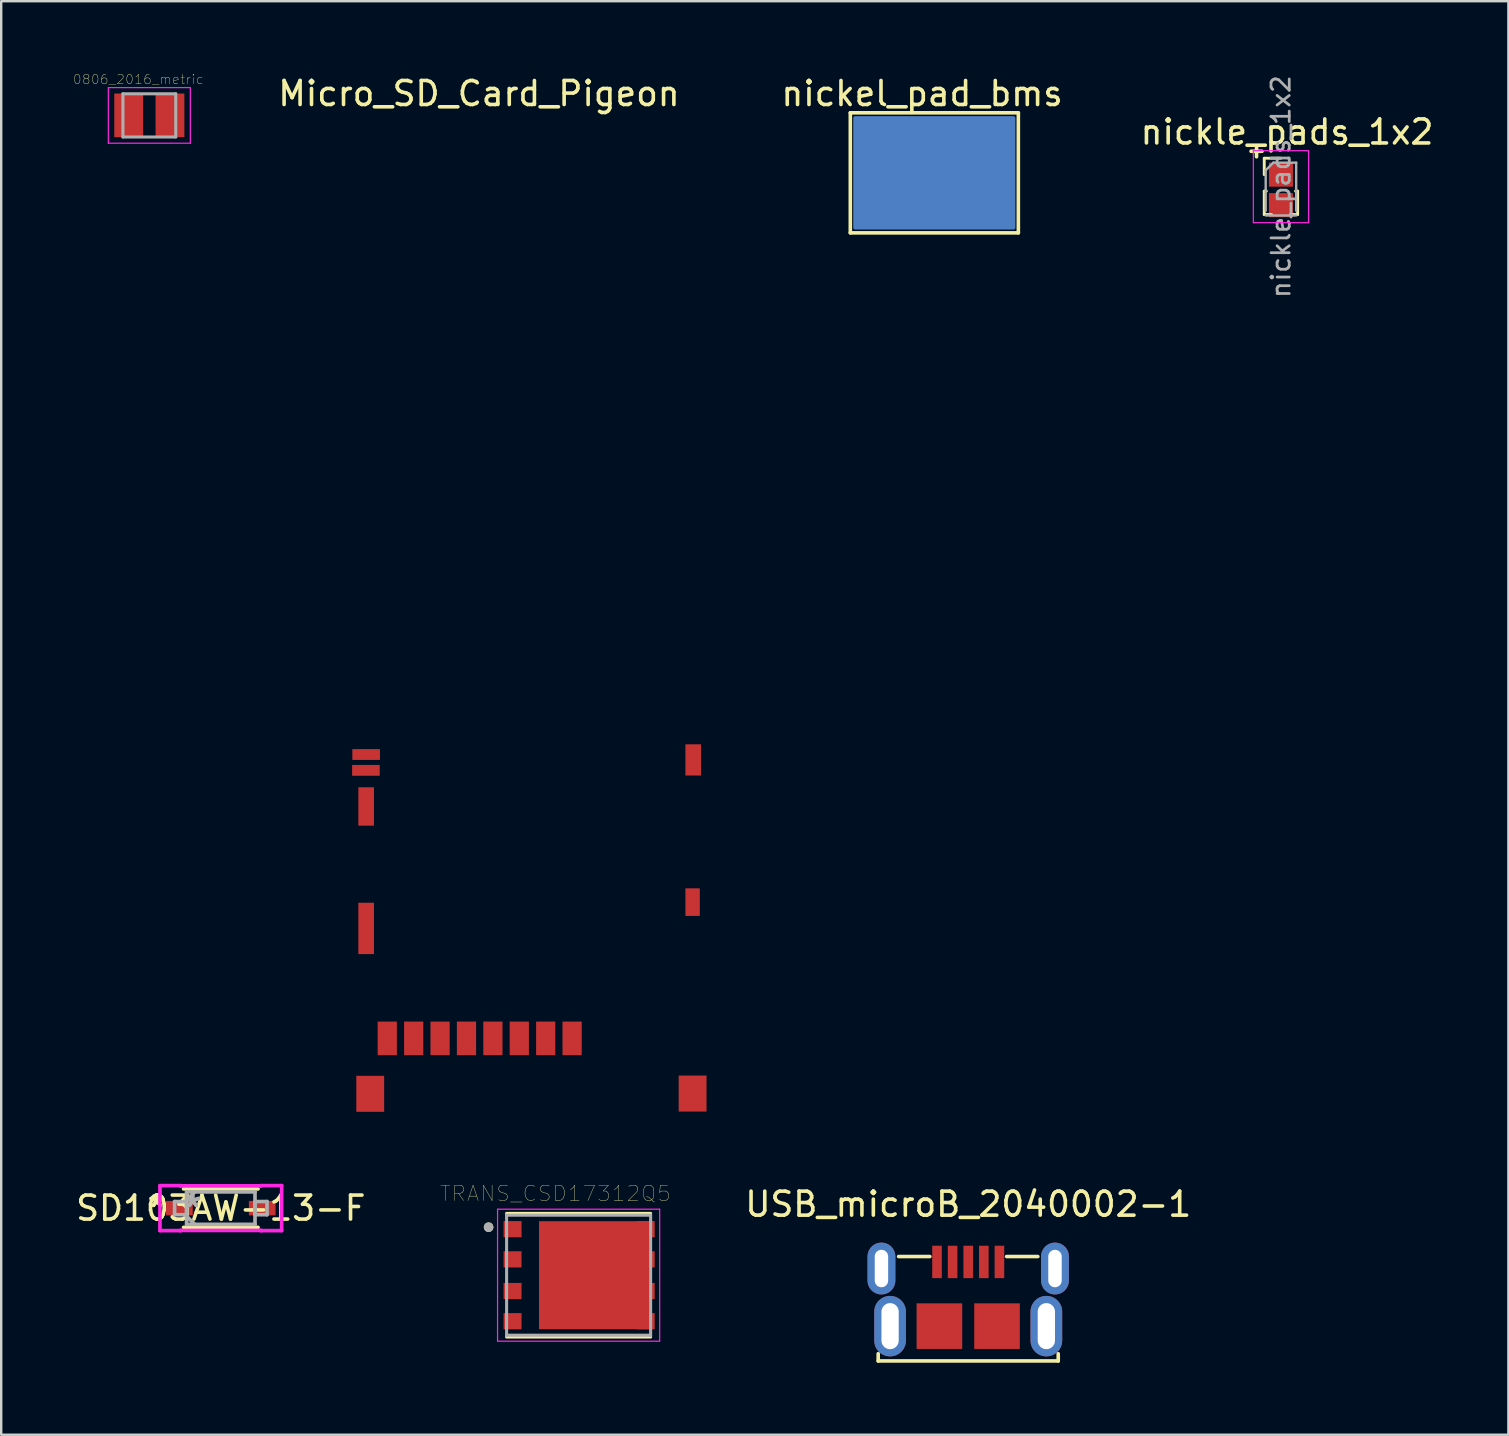
<source format=kicad_pcb>
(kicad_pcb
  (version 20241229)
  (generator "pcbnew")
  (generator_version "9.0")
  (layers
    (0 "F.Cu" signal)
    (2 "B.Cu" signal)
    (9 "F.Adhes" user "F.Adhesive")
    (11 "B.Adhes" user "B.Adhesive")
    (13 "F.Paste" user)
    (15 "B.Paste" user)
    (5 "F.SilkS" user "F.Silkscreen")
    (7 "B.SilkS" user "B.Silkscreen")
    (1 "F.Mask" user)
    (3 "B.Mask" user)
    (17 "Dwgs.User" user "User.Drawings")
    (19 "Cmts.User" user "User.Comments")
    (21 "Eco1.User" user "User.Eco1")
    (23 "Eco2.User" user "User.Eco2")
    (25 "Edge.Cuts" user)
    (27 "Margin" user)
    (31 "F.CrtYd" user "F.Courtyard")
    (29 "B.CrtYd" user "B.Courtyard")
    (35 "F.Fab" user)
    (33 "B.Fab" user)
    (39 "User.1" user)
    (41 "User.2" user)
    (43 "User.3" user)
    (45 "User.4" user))
  (footprint "USB_microB_2040002-1"
    (layer "F.Cu")
    (at 37.286 52.197)
    (property "Reference" "USB_microB_2040002-1" (at 0 -5.08 0) (layer "F.SilkS") (effects (font (size 1 1) (thickness 0.15))))
    (attr smd)
    (fp_line (start -3.75 1.45) (end -3.75 1.15) (stroke (width 0.15) (type solid)) (layer "F.SilkS"))
    (fp_line (start -2.9 -2.9) (end -1.6 -2.9) (stroke (width 0.15) (type solid)) (layer "F.SilkS"))
    (fp_line (start 1.6 -2.9) (end 2.9 -2.9) (stroke (width 0.15) (type solid)) (layer "F.SilkS"))
    (fp_line (start 3.75 1.45) (end -3.75 1.45) (stroke (width 0.15) (type solid)) (layer "F.SilkS"))
    (fp_line (start 3.75 1.45) (end 3.75 1.15) (stroke (width 0.15) (type solid)) (layer "F.SilkS"))
    (pad "1" smd rect (at -1.3 -2.675) (size 0.4 1.35) (layers "F.Cu" "F.Mask" "F.Paste"))
    (pad "2" smd rect (at -0.65 -2.675) (size 0.4 1.35) (layers "F.Cu" "F.Mask" "F.Paste"))
    (pad "3" smd rect (at 0 -2.675) (size 0.4 1.35) (layers "F.Cu" "F.Mask" "F.Paste"))
    (pad "4" smd rect (at 0.65 -2.675) (size 0.4 1.35) (layers "F.Cu" "F.Mask" "F.Paste"))
    (pad "5" smd rect (at 1.3 -2.675) (size 0.4 1.35) (layers "F.Cu" "F.Mask" "F.Paste"))
    (pad "6" thru_hole oval (at 3.615 -2.4) (size 1.16 2.16) (drill oval 0.56 1.56) (layers "*.Cu" "*.Mask"))
    (pad "7" thru_hole oval (at 3.255 0) (size 1.32 2.52) (drill oval 0.72 1.92) (layers "*.Cu" "*.Mask"))
    (pad "8" smd rect (at 1.2 0) (size 1.9 1.9) (layers "F.Cu" "F.Mask" "F.Paste"))
    (pad "9" smd rect (at -1.2 0) (size 1.9 1.9) (layers "F.Cu" "F.Mask" "F.Paste"))
    (pad "10" thru_hole oval (at -3.255 0) (size 1.32 2.52) (drill oval 0.72 1.92) (layers "*.Cu" "*.Mask"))
    (pad "11" thru_hole oval (at -3.615 -2.4) (size 1.16 2.16) (drill oval 0.56 1.56) (layers "*.Cu" "*.Mask")))
  (footprint "SD103AW-13-F"
    (layer "F.Cu")
    (at 6.149 47.281)
    (property "Reference" "SD103AW-13-F" (at 0 0 0) (layer "F.SilkS") (effects (font (size 1 1) (thickness 0.15))))
    (attr through_hole)
    (fp_line (start -1.552 0.802) (end 1.552 0.802) (stroke (width 0.152) (type solid)) (layer "F.SilkS"))
    (fp_line (start 1.552 -0.802) (end -1.552 -0.802) (stroke (width 0.152) (type solid)) (layer "F.SilkS"))
    (fp_line (start -2.535 -0.937) (end -1.679 -0.937) (stroke (width 0.152) (type solid)) (layer "F.CrtYd"))
    (fp_line (start -2.535 0.937) (end -2.535 -0.937) (stroke (width 0.152) (type solid)) (layer "F.CrtYd"))
    (fp_line (start -1.679 -0.937) (end -1.679 -0.929) (stroke (width 0.152) (type solid)) (layer "F.CrtYd"))
    (fp_line (start -1.679 -0.929) (end 1.679 -0.929) (stroke (width 0.152) (type solid)) (layer "F.CrtYd"))
    (fp_line (start -1.679 0.929) (end -1.679 0.937) (stroke (width 0.152) (type solid)) (layer "F.CrtYd"))
    (fp_line (start -1.679 0.937) (end -2.535 0.937) (stroke (width 0.152) (type solid)) (layer "F.CrtYd"))
    (fp_line (start 1.679 -0.937) (end 2.535 -0.937) (stroke (width 0.152) (type solid)) (layer "F.CrtYd"))
    (fp_line (start 1.679 -0.929) (end 1.679 -0.937) (stroke (width 0.152) (type solid)) (layer "F.CrtYd"))
    (fp_line (start 1.679 0.929) (end -1.679 0.929) (stroke (width 0.152) (type solid)) (layer "F.CrtYd"))
    (fp_line (start 1.679 0.937) (end 1.679 0.929) (stroke (width 0.152) (type solid)) (layer "F.CrtYd"))
    (fp_line (start 2.535 -0.937) (end 2.535 0.937) (stroke (width 0.152) (type solid)) (layer "F.CrtYd"))
    (fp_line (start 2.535 0.937) (end 1.679 0.937) (stroke (width 0.152) (type solid)) (layer "F.CrtYd"))
    (fp_line (start -1.925 -0.275) (end -1.925 0.275) (stroke (width 0.152) (type solid)) (layer "F.Fab"))
    (fp_line (start -1.925 0.275) (end -1.425 0.275) (stroke (width 0.152) (type solid)) (layer "F.Fab"))
    (fp_line (start -1.425 -0.675) (end -1.425 0.675) (stroke (width 0.152) (type solid)) (layer "F.Fab"))
    (fp_line (start -1.425 -0.338) (end -1.087 -0.675) (stroke (width 0.152) (type solid)) (layer "F.Fab"))
    (fp_line (start -1.425 -0.275) (end -1.925 -0.275) (stroke (width 0.152) (type solid)) (layer "F.Fab"))
    (fp_line (start -1.425 0.275) (end -1.425 -0.275) (stroke (width 0.152) (type solid)) (layer "F.Fab"))
    (fp_line (start -1.425 0.338) (end -1.087 0.675) (stroke (width 0.152) (type solid)) (layer "F.Fab"))
    (fp_line (start -1.425 0.675) (end 1.425 0.675) (stroke (width 0.152) (type solid)) (layer "F.Fab"))
    (fp_line (start 1.425 -0.675) (end -1.425 -0.675) (stroke (width 0.152) (type solid)) (layer "F.Fab"))
    (fp_line (start 1.425 -0.275) (end 1.425 0.275) (stroke (width 0.152) (type solid)) (layer "F.Fab"))
    (fp_line (start 1.425 0.275) (end 1.925 0.275) (stroke (width 0.152) (type solid)) (layer "F.Fab"))
    (fp_line (start 1.425 0.675) (end 1.425 -0.675) (stroke (width 0.152) (type solid)) (layer "F.Fab"))
    (fp_line (start 1.925 -0.275) (end 1.425 -0.275) (stroke (width 0.152) (type solid)) (layer "F.Fab"))
    (fp_line (start 1.925 0.275) (end 1.925 -0.275) (stroke (width 0.152) (type solid)) (layer "F.Fab"))
    (fp_text user "*" (at -2.662 0 0) (layer "F.SilkS") (effects (font (size 1 1) (thickness 0.15))))
    (fp_text user "*" (at -2.662 0 0) (layer "F.SilkS") (effects (font (size 1 1) (thickness 0.15))))
    (fp_text user "Copyright 2016 Accelerated Designs. All rights reserved." (at 0 0 0) (layer "Cmts.User") (effects (font (size 0.127 0.127) (thickness 0.002))))
    (fp_text user "*" (at -1.171 0 0) (layer "F.Fab") (effects (font (size 1 1) (thickness 0.15))))
    (fp_text user "*" (at -1.171 0 0) (layer "F.Fab") (effects (font (size 1 1) (thickness 0.15))))
    (pad "1" smd rect (at -1.725 0) (size 1.111 0.601) (layers "F.Cu" "F.Mask" "F.Paste"))
    (pad "2" smd rect (at 1.725 0) (size 1.111 0.601) (layers "F.Cu" "F.Mask" "F.Paste")))
  (footprint "nickle_pads_1x2"
    (layer "F.Cu")
    (at 50.314 4.227)
    (property "Reference" "nickle_pads_1x2" (at 0.254 -1.778 0) (layer "F.SilkS") (effects (font (size 1 1) (thickness 0.15))))
    (attr through_hole)
    (fp_line (start -0.695 -0.685) (end 0 -0.685) (stroke (width 0.12) (type solid)) (layer "F.SilkS"))
    (fp_line (start -0.695 0) (end -0.695 -0.685) (stroke (width 0.12) (type solid)) (layer "F.SilkS"))
    (fp_line (start -0.695 0.685) (end -0.695 1.66) (stroke (width 0.12) (type solid)) (layer "F.SilkS"))
    (fp_line (start -0.695 0.685) (end -0.608 0.685) (stroke (width 0.12) (type solid)) (layer "F.SilkS"))
    (fp_line (start -0.695 1.66) (end -0.394 1.66) (stroke (width 0.12) (type solid)) (layer "F.SilkS"))
    (fp_line (start 0.394 1.66) (end 0.695 1.66) (stroke (width 0.12) (type solid)) (layer "F.SilkS"))
    (fp_line (start 0.608 0.685) (end 0.695 0.685) (stroke (width 0.12) (type solid)) (layer "F.SilkS"))
    (fp_line (start 0.695 0.685) (end 0.695 1.66) (stroke (width 0.12) (type solid)) (layer "F.SilkS"))
    (fp_line (start -1.15 -1) (end -1.15 2) (stroke (width 0.05) (type solid)) (layer "F.CrtYd"))
    (fp_line (start -1.15 2) (end 1.15 2) (stroke (width 0.05) (type solid)) (layer "F.CrtYd"))
    (fp_line (start 1.15 -1) (end -1.15 -1) (stroke (width 0.05) (type solid)) (layer "F.CrtYd"))
    (fp_line (start 1.15 2) (end 1.15 -1) (stroke (width 0.05) (type solid)) (layer "F.CrtYd"))
    (fp_line (start -0.635 -0.182) (end -0.318 -0.5) (stroke (width 0.1) (type solid)) (layer "F.Fab"))
    (fp_line (start -0.635 1.5) (end -0.635 -0.182) (stroke (width 0.1) (type solid)) (layer "F.Fab"))
    (fp_line (start -0.318 -0.5) (end 0.635 -0.5) (stroke (width 0.1) (type solid)) (layer "F.Fab"))
    (fp_line (start 0.635 -0.5) (end 0.635 1.5) (stroke (width 0.1) (type solid)) (layer "F.Fab"))
    (fp_line (start 0.635 1.7) (end -0.635 1.7) (stroke (width 0.1) (type solid)) (layer "F.Fab"))
    (fp_text user "+" (at -1.016 -1.016 0) (layer "F.SilkS") (effects (font (size 0.6 0.6) (thickness 0.15))))
    (fp_text user "${REFERENCE}" (at 0 0.5 90) (layer "F.Fab") (effects (font (size 0.76 0.76) (thickness 0.114))))
    (pad "1" smd rect (at 0 0) (size 1 1) (layers "F.Cu" "F.Mask" "F.Paste"))
    (pad "2" smd rect (at 0 1.27) (size 1 1) (layers "F.Cu" "F.Mask" "F.Paste")))
  (footprint "Micro_SD_Card_Pigeon"
    (layer "F.Cu")
    (at 16.944 39.508)
    (property "Reference" "Micro_SD_Card_Pigeon" (at -0.04 -38.66 0) (layer "F.SilkS") (effects (font (size 1 1) (thickness 0.15))))
    (attr through_hole)
    (pad "1" connect rect (at 3.84 0.7) (size 0.8 1.4) (layers "F.Cu" "F.Mask"))
    (pad "2" connect rect (at 2.74 0.7) (size 0.8 1.4) (layers "F.Cu" "F.Mask"))
    (pad "3" connect rect (at 1.64 0.7) (size 0.8 1.4) (layers "F.Cu" "F.Mask"))
    (pad "4" connect rect (at 0.54 0.7) (size 0.8 1.4) (layers "F.Cu" "F.Mask"))
    (pad "5" connect rect (at -0.56 0.7) (size 0.8 1.4) (layers "F.Cu" "F.Mask"))
    (pad "6" connect rect (at -1.66 0.7) (size 0.8 1.4) (layers "F.Cu" "F.Mask"))
    (pad "7" connect rect (at -2.76 0.7) (size 0.8 1.4) (layers "F.Cu" "F.Mask"))
    (pad "8" connect rect (at -3.86 0.7) (size 0.8 1.4) (layers "F.Cu" "F.Mask"))
    (pad "9" connect rect (at -4.74 -11.125) (size 1.15 0.45) (layers "F.Cu" "F.Mask"))
    (pad "10" connect rect (at -4.75 -10.465) (size 1.15 0.45) (layers "F.Cu" "F.Mask"))
    (pad "11" connect rect (at -4.57 3.01) (size 1.16 1.5) (layers "F.Cu" "F.Mask"))
    (pad "12" connect rect (at -4.74 -3.88) (size 0.65 2.14) (layers "F.Cu" "F.Mask"))
    (pad "13" connect rect (at -4.74 -8.96) (size 0.65 1.6) (layers "F.Cu" "F.Mask"))
    (pad "14" connect rect (at 8.885 -10.9) (size 0.65 1.3) (layers "F.Cu" "F.Mask"))
    (pad "15" connect rect (at 8.86 -4.975) (size 0.6 1.15) (layers "F.Cu" "F.Mask"))
    (pad "16" connect rect (at 8.86 3) (size 1.16 1.5) (layers "F.Cu" "F.Mask")))
  (footprint "nickel_pad_bms"
    (layer "F.Cu")
    (at 35.874 4.15)
    (property "Reference" "nickel_pad_bms" (at -0.508 -3.302 0) (layer "F.SilkS") (effects (font (size 1 1) (thickness 0.15))))
    (attr through_hole)
    (fp_poly (pts (xy -3.302 -2.286) (xy 3.302 -2.286) (xy 3.302 2.286) (xy -3.302 2.286)) (stroke (width 0.15) (type solid)) (fill yes) (layer "B.Cu"))
    (fp_line (start -3.5 -2.5) (end 3.5 -2.5) (stroke (width 0.15) (type solid)) (layer "F.SilkS"))
    (fp_line (start -3.5 2.5) (end -3.5 -2.5) (stroke (width 0.15) (type solid)) (layer "F.SilkS"))
    (fp_line (start -3.5 2.5) (end 3.5 2.5) (stroke (width 0.15) (type solid)) (layer "F.SilkS"))
    (fp_line (start 3.5 -2.5) (end 3.5 2.5) (stroke (width 0.15) (type solid)) (layer "F.SilkS")))
  (footprint "TRANS_CSD17312Q5"
    (layer "F.Cu")
    (at 21.055 50.075)
    (property "Reference" "TRANS_CSD17312Q5" (at -0.968 -3.406 0) (layer "F.SilkS") (effects (font (size 0.64 0.64) (thickness 0.015))))
    (attr through_hole)
    (fp_line (start -3 2.575) (end 3 2.575) (stroke (width 0.127) (type solid)) (layer "F.SilkS"))
    (fp_line (start 3 -2.575) (end -3 -2.575) (stroke (width 0.127) (type solid)) (layer "F.SilkS"))
    (fp_circle (center -3.75 -2) (end -3.65 -2) (stroke (width 0.2) (type solid)) (fill no) (layer "F.SilkS"))
    (fp_line (start -3.377 -2.75) (end 3.377 -2.75) (stroke (width 0.05) (type solid)) (layer "F.CrtYd"))
    (fp_line (start -3.377 2.75) (end -3.377 -2.75) (stroke (width 0.05) (type solid)) (layer "F.CrtYd"))
    (fp_line (start 3.377 -2.75) (end 3.377 2.75) (stroke (width 0.05) (type solid)) (layer "F.CrtYd"))
    (fp_line (start 3.377 2.75) (end -3.377 2.75) (stroke (width 0.05) (type solid)) (layer "F.CrtYd"))
    (fp_line (start -3 -2.5) (end -3 2.5) (stroke (width 0.127) (type solid)) (layer "F.Fab"))
    (fp_line (start -3 2.5) (end 3 2.5) (stroke (width 0.127) (type solid)) (layer "F.Fab"))
    (fp_line (start 3 -2.5) (end -3 -2.5) (stroke (width 0.127) (type solid)) (layer "F.Fab"))
    (fp_line (start 3 2.5) (end 3 -2.5) (stroke (width 0.127) (type solid)) (layer "F.Fab"))
    (fp_circle (center -3.75 -2) (end -3.65 -2) (stroke (width 0.2) (type solid)) (fill no) (layer "F.Fab"))
    (pad "" smd rect (at 0.65 0) (size 4.6 4.5) (layers "F.Cu" "F.Mask" "F.Paste"))
    (pad "1" smd rect (at -2.752 -1.917) (size 0.75 0.675) (layers "F.Cu" "F.Mask" "F.Paste"))
    (pad "2" smd rect (at -2.752 -0.66) (size 0.75 0.675) (layers "F.Cu" "F.Mask" "F.Paste"))
    (pad "3" smd rect (at -2.752 0.66) (size 0.75 0.675) (layers "F.Cu" "F.Mask" "F.Paste"))
    (pad "4" smd rect (at -2.752 1.917) (size 0.75 0.675) (layers "F.Cu" "F.Mask" "F.Paste"))
    (pad "5" smd rect (at 2.794 1.917) (size 0.75 0.675) (layers "F.Cu" "F.Mask" "F.Paste"))
    (pad "6" smd rect (at 2.794 0.66) (size 0.75 0.675) (layers "F.Cu" "F.Mask" "F.Paste"))
    (pad "7" smd rect (at 2.794 -0.66) (size 0.75 0.675) (layers "F.Cu" "F.Mask" "F.Paste"))
    (pad "8" smd rect (at 2.794 -1.917) (size 0.75 0.675) (layers "F.Cu" "F.Mask" "F.Paste")))
  (footprint "0806_2016_metric"
    (layer "F.Cu")
    (at 3.171 1.757)
    (property "Reference" "0806_2016_metric" (at -0.46 -1.5 0) (layer "F.SilkS") (effects (font (size 0.394 0.394) (thickness 0.015))))
    (attr through_hole)
    (fp_line (start -1.708 -1.158) (end 1.708 -1.158) (stroke (width 0.05) (type solid)) (layer "F.CrtYd"))
    (fp_line (start -1.708 1.158) (end -1.708 -1.158) (stroke (width 0.05) (type solid)) (layer "F.CrtYd"))
    (fp_line (start -1.708 1.158) (end 1.708 1.158) (stroke (width 0.05) (type solid)) (layer "F.CrtYd"))
    (fp_line (start 1.708 1.158) (end 1.708 -1.158) (stroke (width 0.05) (type solid)) (layer "F.CrtYd"))
    (fp_line (start -1.1 0.9) (end -1.1 -0.9) (stroke (width 0.127) (type solid)) (layer "F.Fab"))
    (fp_line (start 1.1 -0.9) (end -1.1 -0.9) (stroke (width 0.127) (type solid)) (layer "F.Fab"))
    (fp_line (start 1.1 0.9) (end -1.1 0.9) (stroke (width 0.127) (type solid)) (layer "F.Fab"))
    (fp_line (start 1.1 0.9) (end 1.1 -0.9) (stroke (width 0.127) (type solid)) (layer "F.Fab"))
    (pad "1" smd rect (at -0.86 0) (size 1.2 1.82) (layers "F.Cu" "F.Mask" "F.Paste"))
    (pad "2" smd rect (at 0.86 0) (size 1.2 1.82) (layers "F.Cu" "F.Mask" "F.Paste")))
  (gr_rect
    (start -3 -3)
    (end 59.789 56.721)
    (stroke (width 0.1) (type default))
    (fill no)
    (layer "Edge.Cuts")))
</source>
